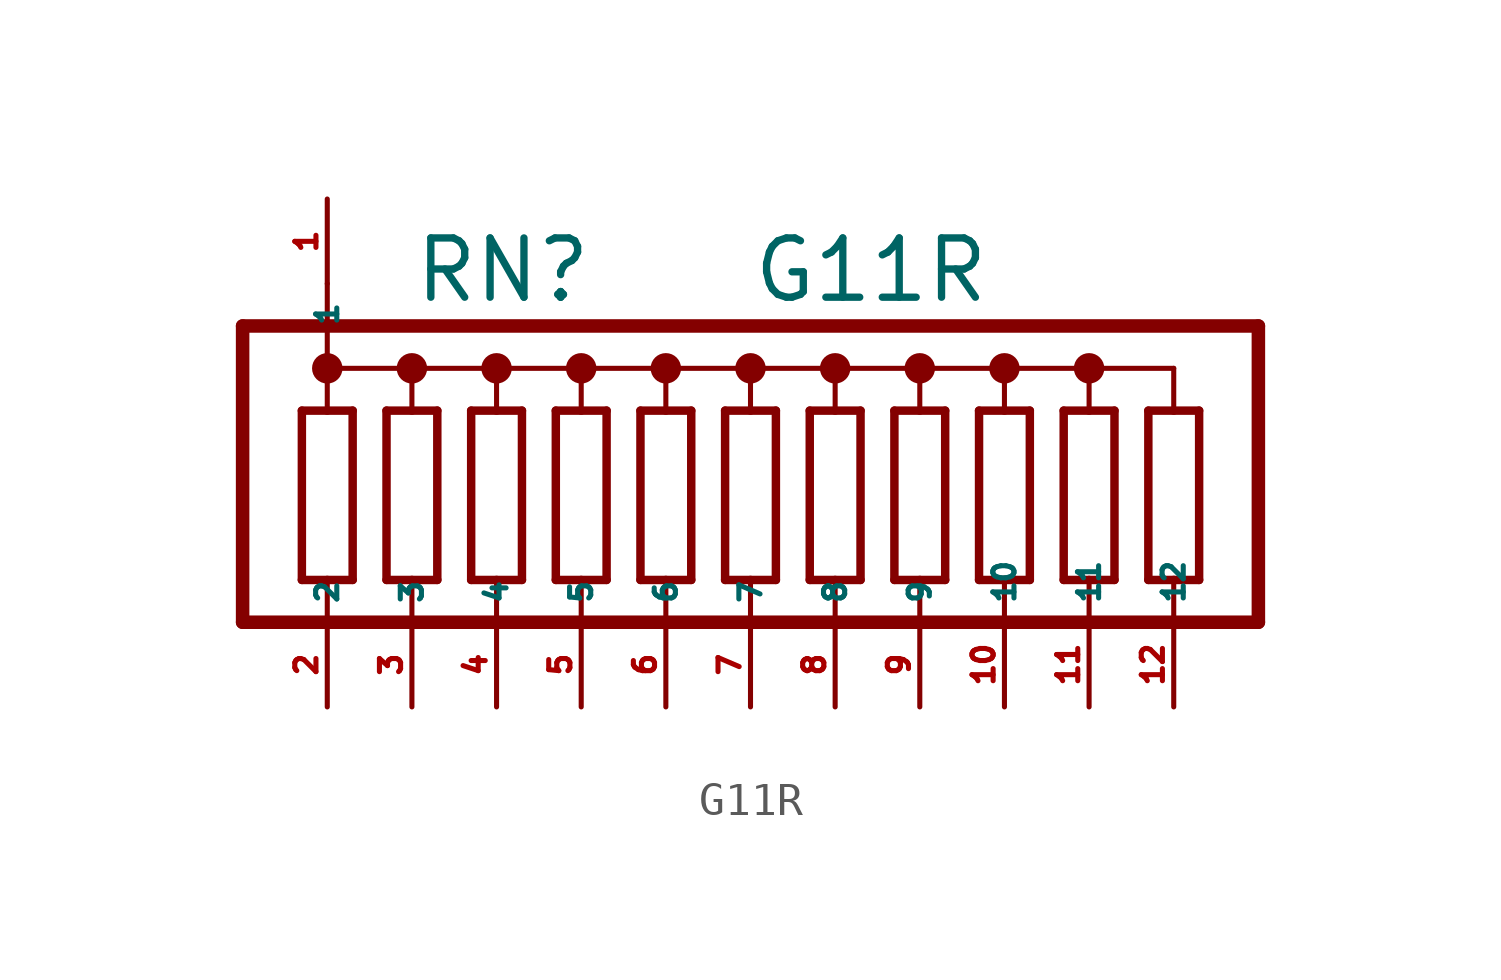
<source format=kicad_sym>
(kicad_symbol_lib
  (version 20220914)
  (generator Eagle2Kicad)
  (symbol "G11R"
    (property "Reference" "RN"
      (at -10.16 6.985 0)
      (effects (font (size 1.778 1.778) (thickness 0.22)) (justify left bottom)))
    (property "Value" "G11R"
      (at 0 6.985 0)
      (effects (font (size 1.778 1.778) (thickness 0.22)) (justify left bottom)))
    (polyline
      (pts (xy -11.938 -1.27) (xy -11.938 3.81))
      (stroke (width 0.254) (type default))
      (fill (type none)))
    (polyline
      (pts (xy -13.462 3.81) (xy -13.462 -1.27))
      (stroke (width 0.254) (type default))
      (fill (type none)))
    (polyline
      (pts (xy -11.938 3.81) (xy -12.7 3.81))
      (stroke (width 0.254) (type default))
      (fill (type none)))
    (polyline
      (pts (xy -13.462 -1.27) (xy -12.7 -1.27))
      (stroke (width 0.254) (type default))
      (fill (type none)))
    (polyline
      (pts (xy -12.7 -1.27) (xy -12.7 -2.54))
      (stroke (width 0.152) (type default))
      (fill (type none)))
    (polyline
      (pts (xy -12.7 -1.27) (xy -11.938 -1.27))
      (stroke (width 0.254) (type default))
      (fill (type none)))
    (polyline
      (pts (xy -12.7 5.08) (xy -12.7 3.81))
      (stroke (width 0.152) (type default))
      (fill (type none)))
    (polyline
      (pts (xy -12.7 3.81) (xy -13.462 3.81))
      (stroke (width 0.254) (type default))
      (fill (type none)))
    (polyline
      (pts (xy -12.7 5.08) (xy -10.16 5.08))
      (stroke (width 0.152) (type default))
      (fill (type none)))
    (polyline
      (pts (xy -10.16 5.08) (xy -10.16 3.81))
      (stroke (width 0.152) (type default))
      (fill (type none)))
    (polyline
      (pts (xy -10.16 5.08) (xy -7.62 5.08))
      (stroke (width 0.152) (type default))
      (fill (type none)))
    (polyline
      (pts (xy -7.62 5.08) (xy -7.62 3.81))
      (stroke (width 0.152) (type default))
      (fill (type none)))
    (polyline
      (pts (xy -7.62 5.08) (xy -5.08 5.08))
      (stroke (width 0.152) (type default))
      (fill (type none)))
    (polyline
      (pts (xy -5.08 5.08) (xy -5.08 3.81))
      (stroke (width 0.152) (type default))
      (fill (type none)))
    (polyline
      (pts (xy -5.08 5.08) (xy -2.54 5.08))
      (stroke (width 0.152) (type default))
      (fill (type none)))
    (polyline
      (pts (xy -2.54 5.08) (xy -2.54 3.81))
      (stroke (width 0.152) (type default))
      (fill (type none)))
    (polyline
      (pts (xy -2.54 -2.54) (xy -2.54 -1.27))
      (stroke (width 0.152) (type default))
      (fill (type none)))
    (polyline
      (pts (xy -5.08 -2.54) (xy -5.08 -1.27))
      (stroke (width 0.152) (type default))
      (fill (type none)))
    (polyline
      (pts (xy -7.62 -2.54) (xy -7.62 -1.27))
      (stroke (width 0.152) (type default))
      (fill (type none)))
    (polyline
      (pts (xy -10.16 -2.54) (xy -10.16 -1.27))
      (stroke (width 0.152) (type default))
      (fill (type none)))
    (polyline
      (pts (xy -10.16 -1.27) (xy -9.398 -1.27))
      (stroke (width 0.254) (type default))
      (fill (type none)))
    (polyline
      (pts (xy -10.922 -1.27) (xy -10.16 -1.27))
      (stroke (width 0.254) (type default))
      (fill (type none)))
    (polyline
      (pts (xy -9.398 3.81) (xy -10.16 3.81))
      (stroke (width 0.254) (type default))
      (fill (type none)))
    (polyline
      (pts (xy -10.16 3.81) (xy -10.922 3.81))
      (stroke (width 0.254) (type default))
      (fill (type none)))
    (polyline
      (pts (xy -9.398 -1.27) (xy -9.398 3.81))
      (stroke (width 0.254) (type default))
      (fill (type none)))
    (polyline
      (pts (xy -10.922 3.81) (xy -10.922 -1.27))
      (stroke (width 0.254) (type default))
      (fill (type none)))
    (polyline
      (pts (xy -6.858 -1.27) (xy -6.858 3.81))
      (stroke (width 0.254) (type default))
      (fill (type none)))
    (polyline
      (pts (xy -4.318 -1.27) (xy -4.318 3.81))
      (stroke (width 0.254) (type default))
      (fill (type none)))
    (polyline
      (pts (xy -1.778 -1.27) (xy -1.778 3.81))
      (stroke (width 0.254) (type default))
      (fill (type none)))
    (polyline
      (pts (xy -8.382 3.81) (xy -8.382 -1.27))
      (stroke (width 0.254) (type default))
      (fill (type none)))
    (polyline
      (pts (xy -5.842 3.81) (xy -5.842 -1.27))
      (stroke (width 0.254) (type default))
      (fill (type none)))
    (polyline
      (pts (xy -3.302 3.81) (xy -3.302 -1.27))
      (stroke (width 0.254) (type default))
      (fill (type none)))
    (polyline
      (pts (xy -6.858 3.81) (xy -7.62 3.81))
      (stroke (width 0.254) (type default))
      (fill (type none)))
    (polyline
      (pts (xy -4.318 3.81) (xy -5.08 3.81))
      (stroke (width 0.254) (type default))
      (fill (type none)))
    (polyline
      (pts (xy -1.778 3.81) (xy -2.54 3.81))
      (stroke (width 0.254) (type default))
      (fill (type none)))
    (polyline
      (pts (xy -7.62 3.81) (xy -8.382 3.81))
      (stroke (width 0.254) (type default))
      (fill (type none)))
    (polyline
      (pts (xy -5.08 3.81) (xy -5.842 3.81))
      (stroke (width 0.254) (type default))
      (fill (type none)))
    (polyline
      (pts (xy -2.54 3.81) (xy -3.302 3.81))
      (stroke (width 0.254) (type default))
      (fill (type none)))
    (polyline
      (pts (xy -7.62 -1.27) (xy -6.858 -1.27))
      (stroke (width 0.254) (type default))
      (fill (type none)))
    (polyline
      (pts (xy -5.08 -1.27) (xy -4.318 -1.27))
      (stroke (width 0.254) (type default))
      (fill (type none)))
    (polyline
      (pts (xy -2.54 -1.27) (xy -1.778 -1.27))
      (stroke (width 0.254) (type default))
      (fill (type none)))
    (polyline
      (pts (xy -8.382 -1.27) (xy -7.62 -1.27))
      (stroke (width 0.254) (type default))
      (fill (type none)))
    (polyline
      (pts (xy -5.842 -1.27) (xy -5.08 -1.27))
      (stroke (width 0.254) (type default))
      (fill (type none)))
    (polyline
      (pts (xy -3.302 -1.27) (xy -2.54 -1.27))
      (stroke (width 0.254) (type default))
      (fill (type none)))
    (polyline
      (pts (xy -15.24 -2.54) (xy -15.24 6.35))
      (stroke (width 0.406) (type default))
      (fill (type none)))
    (polyline
      (pts (xy 0.762 -1.27) (xy 0.762 3.81))
      (stroke (width 0.254) (type default))
      (fill (type none)))
    (polyline
      (pts (xy -0.762 3.81) (xy -0.762 -1.27))
      (stroke (width 0.254) (type default))
      (fill (type none)))
    (polyline
      (pts (xy 0.762 3.81) (xy 0 3.81))
      (stroke (width 0.254) (type default))
      (fill (type none)))
    (polyline
      (pts (xy -0.762 -1.27) (xy 0 -1.27))
      (stroke (width 0.254) (type default))
      (fill (type none)))
    (polyline
      (pts (xy 0 -1.27) (xy 0 -2.54))
      (stroke (width 0.152) (type default))
      (fill (type none)))
    (polyline
      (pts (xy 0 -1.27) (xy 0.762 -1.27))
      (stroke (width 0.254) (type default))
      (fill (type none)))
    (polyline
      (pts (xy 0 5.08) (xy 0 3.81))
      (stroke (width 0.152) (type default))
      (fill (type none)))
    (polyline
      (pts (xy 0 3.81) (xy -0.762 3.81))
      (stroke (width 0.254) (type default))
      (fill (type none)))
    (polyline
      (pts (xy 0 5.08) (xy 2.54 5.08))
      (stroke (width 0.152) (type default))
      (fill (type none)))
    (polyline
      (pts (xy 2.54 5.08) (xy 2.54 3.81))
      (stroke (width 0.152) (type default))
      (fill (type none)))
    (polyline
      (pts (xy 2.54 5.08) (xy 5.08 5.08))
      (stroke (width 0.152) (type default))
      (fill (type none)))
    (polyline
      (pts (xy 5.08 5.08) (xy 5.08 3.81))
      (stroke (width 0.152) (type default))
      (fill (type none)))
    (polyline
      (pts (xy 5.08 5.08) (xy 7.62 5.08))
      (stroke (width 0.152) (type default))
      (fill (type none)))
    (polyline
      (pts (xy 7.62 5.08) (xy 7.62 3.81))
      (stroke (width 0.152) (type default))
      (fill (type none)))
    (polyline
      (pts (xy 7.62 -2.54) (xy 7.62 -1.27))
      (stroke (width 0.152) (type default))
      (fill (type none)))
    (polyline
      (pts (xy 5.08 -2.54) (xy 5.08 -1.27))
      (stroke (width 0.152) (type default))
      (fill (type none)))
    (polyline
      (pts (xy 2.54 -2.54) (xy 2.54 -1.27))
      (stroke (width 0.152) (type default))
      (fill (type none)))
    (polyline
      (pts (xy 2.54 -1.27) (xy 3.302 -1.27))
      (stroke (width 0.254) (type default))
      (fill (type none)))
    (polyline
      (pts (xy 1.778 -1.27) (xy 2.54 -1.27))
      (stroke (width 0.254) (type default))
      (fill (type none)))
    (polyline
      (pts (xy 3.302 3.81) (xy 2.54 3.81))
      (stroke (width 0.254) (type default))
      (fill (type none)))
    (polyline
      (pts (xy 2.54 3.81) (xy 1.778 3.81))
      (stroke (width 0.254) (type default))
      (fill (type none)))
    (polyline
      (pts (xy 3.302 -1.27) (xy 3.302 3.81))
      (stroke (width 0.254) (type default))
      (fill (type none)))
    (polyline
      (pts (xy 1.778 3.81) (xy 1.778 -1.27))
      (stroke (width 0.254) (type default))
      (fill (type none)))
    (polyline
      (pts (xy 5.842 -1.27) (xy 5.842 3.81))
      (stroke (width 0.254) (type default))
      (fill (type none)))
    (polyline
      (pts (xy 8.382 -1.27) (xy 8.382 3.81))
      (stroke (width 0.254) (type default))
      (fill (type none)))
    (polyline
      (pts (xy 4.318 3.81) (xy 4.318 -1.27))
      (stroke (width 0.254) (type default))
      (fill (type none)))
    (polyline
      (pts (xy 6.858 3.81) (xy 6.858 -1.27))
      (stroke (width 0.254) (type default))
      (fill (type none)))
    (polyline
      (pts (xy 5.842 3.81) (xy 5.08 3.81))
      (stroke (width 0.254) (type default))
      (fill (type none)))
    (polyline
      (pts (xy 8.382 3.81) (xy 7.62 3.81))
      (stroke (width 0.254) (type default))
      (fill (type none)))
    (polyline
      (pts (xy 5.08 3.81) (xy 4.318 3.81))
      (stroke (width 0.254) (type default))
      (fill (type none)))
    (polyline
      (pts (xy 7.62 3.81) (xy 6.858 3.81))
      (stroke (width 0.254) (type default))
      (fill (type none)))
    (polyline
      (pts (xy 5.08 -1.27) (xy 5.842 -1.27))
      (stroke (width 0.254) (type default))
      (fill (type none)))
    (polyline
      (pts (xy 7.62 -1.27) (xy 8.382 -1.27))
      (stroke (width 0.254) (type default))
      (fill (type none)))
    (polyline
      (pts (xy 4.318 -1.27) (xy 5.08 -1.27))
      (stroke (width 0.254) (type default))
      (fill (type none)))
    (polyline
      (pts (xy 6.858 -1.27) (xy 7.62 -1.27))
      (stroke (width 0.254) (type default))
      (fill (type none)))
    (polyline
      (pts (xy -15.24 6.35) (xy 15.24 6.35))
      (stroke (width 0.406) (type default))
      (fill (type none)))
    (polyline
      (pts (xy 15.24 6.35) (xy 15.24 -2.54))
      (stroke (width 0.406) (type default))
      (fill (type none)))
    (polyline
      (pts (xy -15.24 -2.54) (xy 10.16 -2.54))
      (stroke (width 0.406) (type default))
      (fill (type none)))
    (polyline
      (pts (xy -2.54 5.08) (xy 0 5.08))
      (stroke (width 0.152) (type default))
      (fill (type none)))
    (polyline
      (pts (xy -12.7 7.62) (xy -12.7 5.08))
      (stroke (width 0.152) (type default))
      (fill (type none)))
    (polyline
      (pts (xy 10.16 -2.54) (xy 10.16 -1.27))
      (stroke (width 0.152) (type default))
      (fill (type none)))
    (polyline
      (pts (xy 10.16 -2.54) (xy 12.7 -2.54))
      (stroke (width 0.406) (type default))
      (fill (type none)))
    (polyline
      (pts (xy 12.7 -2.54) (xy 12.7 -1.27))
      (stroke (width 0.152) (type default))
      (fill (type none)))
    (polyline
      (pts (xy 12.7 -2.54) (xy 15.24 -2.54))
      (stroke (width 0.406) (type default))
      (fill (type none)))
    (polyline
      (pts (xy 10.16 -1.27) (xy 10.922 -1.27))
      (stroke (width 0.254) (type default))
      (fill (type none)))
    (polyline
      (pts (xy 12.7 -1.27) (xy 13.462 -1.27))
      (stroke (width 0.254) (type default))
      (fill (type none)))
    (polyline
      (pts (xy 9.398 -1.27) (xy 10.16 -1.27))
      (stroke (width 0.254) (type default))
      (fill (type none)))
    (polyline
      (pts (xy 11.938 -1.27) (xy 12.7 -1.27))
      (stroke (width 0.254) (type default))
      (fill (type none)))
    (polyline
      (pts (xy 13.462 -1.27) (xy 13.462 3.81))
      (stroke (width 0.254) (type default))
      (fill (type none)))
    (polyline
      (pts (xy 10.922 -1.27) (xy 10.922 3.81))
      (stroke (width 0.254) (type default))
      (fill (type none)))
    (polyline
      (pts (xy 9.398 3.81) (xy 9.398 -1.27))
      (stroke (width 0.254) (type default))
      (fill (type none)))
    (polyline
      (pts (xy 11.938 3.81) (xy 11.938 -1.27))
      (stroke (width 0.254) (type default))
      (fill (type none)))
    (polyline
      (pts (xy 10.922 3.81) (xy 10.16 3.81))
      (stroke (width 0.254) (type default))
      (fill (type none)))
    (polyline
      (pts (xy 10.16 3.81) (xy 9.398 3.81))
      (stroke (width 0.254) (type default))
      (fill (type none)))
    (polyline
      (pts (xy 13.462 3.81) (xy 12.7 3.81))
      (stroke (width 0.254) (type default))
      (fill (type none)))
    (polyline
      (pts (xy 12.7 3.81) (xy 11.938 3.81))
      (stroke (width 0.254) (type default))
      (fill (type none)))
    (polyline
      (pts (xy 10.16 5.08) (xy 10.16 3.81))
      (stroke (width 0.152) (type default))
      (fill (type none)))
    (polyline
      (pts (xy 12.7 5.08) (xy 12.7 3.81))
      (stroke (width 0.152) (type default))
      (fill (type none)))
    (polyline
      (pts (xy 7.62 5.08) (xy 10.16 5.08))
      (stroke (width 0.152) (type default))
      (fill (type none)))
    (polyline
      (pts (xy 10.16 5.08) (xy 12.7 5.08))
      (stroke (width 0.152) (type default))
      (fill (type none)))
    (circle
      (center 5.08 5.08)
      (radius 0.254)
      (stroke (width 0.406) (type default))
      (fill (type none)))
    (circle
      (center 2.54 5.08)
      (radius 0.254)
      (stroke (width 0.406) (type default))
      (fill (type none)))
    (circle
      (center 0 5.08)
      (radius 0.254)
      (stroke (width 0.406) (type default))
      (fill (type none)))
    (circle
      (center -2.54 5.08)
      (radius 0.254)
      (stroke (width 0.406) (type default))
      (fill (type none)))
    (circle
      (center -5.08 5.08)
      (radius 0.254)
      (stroke (width 0.406) (type default))
      (fill (type none)))
    (circle
      (center -7.62 5.08)
      (radius 0.254)
      (stroke (width 0.406) (type default))
      (fill (type none)))
    (circle
      (center -10.16 5.08)
      (radius 0.254)
      (stroke (width 0.406) (type default))
      (fill (type none)))
    (circle
      (center -12.7 5.08)
      (radius 0.254)
      (stroke (width 0.406) (type default))
      (fill (type none)))
    (circle
      (center 7.62 5.08)
      (radius 0.254)
      (stroke (width 0.406) (type default))
      (fill (type none)))
    (circle
      (center 10.16 5.08)
      (radius 0.254)
      (stroke (width 0.406) (type default))
      (fill (type none)))
    (pin passive line
      (at -12.7 10.16 270)
      (length 2.54)
      (name "1" (effects (font (size 0.635 0.635) (thickness 0.08)) (justify left bottom)))
      (number "1" (effects (font (size 0.635 0.635) (thickness 0.08)) (justify left bottom))))
    (pin passive line
      (at -12.7 -5.08 90)
      (length 2.54)
      (name "2" (effects (font (size 0.635 0.635) (thickness 0.08)) (justify left bottom)))
      (number "2" (effects (font (size 0.635 0.635) (thickness 0.08)) (justify left bottom))))
    (pin passive line
      (at -10.16 -5.08 90)
      (length 2.54)
      (name "3" (effects (font (size 0.635 0.635) (thickness 0.08)) (justify left bottom)))
      (number "3" (effects (font (size 0.635 0.635) (thickness 0.08)) (justify left bottom))))
    (pin passive line
      (at -7.62 -5.08 90)
      (length 2.54)
      (name "4" (effects (font (size 0.635 0.635) (thickness 0.08)) (justify left bottom)))
      (number "4" (effects (font (size 0.635 0.635) (thickness 0.08)) (justify left bottom))))
    (pin passive line
      (at -5.08 -5.08 90)
      (length 2.54)
      (name "5" (effects (font (size 0.635 0.635) (thickness 0.08)) (justify left bottom)))
      (number "5" (effects (font (size 0.635 0.635) (thickness 0.08)) (justify left bottom))))
    (pin passive line
      (at -2.54 -5.08 90)
      (length 2.54)
      (name "6" (effects (font (size 0.635 0.635) (thickness 0.08)) (justify left bottom)))
      (number "6" (effects (font (size 0.635 0.635) (thickness 0.08)) (justify left bottom))))
    (pin passive line
      (at 0 -5.08 90)
      (length 2.54)
      (name "7" (effects (font (size 0.635 0.635) (thickness 0.08)) (justify left bottom)))
      (number "7" (effects (font (size 0.635 0.635) (thickness 0.08)) (justify left bottom))))
    (pin passive line
      (at 2.54 -5.08 90)
      (length 2.54)
      (name "8" (effects (font (size 0.635 0.635) (thickness 0.08)) (justify left bottom)))
      (number "8" (effects (font (size 0.635 0.635) (thickness 0.08)) (justify left bottom))))
    (pin passive line
      (at 5.08 -5.08 90)
      (length 2.54)
      (name "9" (effects (font (size 0.635 0.635) (thickness 0.08)) (justify left bottom)))
      (number "9" (effects (font (size 0.635 0.635) (thickness 0.08)) (justify left bottom))))
    (pin passive line
      (at 7.62 -5.08 90)
      (length 2.54)
      (name "10" (effects (font (size 0.635 0.635) (thickness 0.08)) (justify left bottom)))
      (number "10" (effects (font (size 0.635 0.635) (thickness 0.08)) (justify left bottom))))
    (pin passive line
      (at 10.16 -5.08 90)
      (length 2.54)
      (name "11" (effects (font (size 0.635 0.635) (thickness 0.08)) (justify left bottom)))
      (number "11" (effects (font (size 0.635 0.635) (thickness 0.08)) (justify left bottom))))
    (pin passive line
      (at 12.7 -5.08 90)
      (length 2.54)
      (name "12" (effects (font (size 0.635 0.635) (thickness 0.08)) (justify left bottom)))
      (number "12" (effects (font (size 0.635 0.635) (thickness 0.08)) (justify left bottom))))))
</source>
